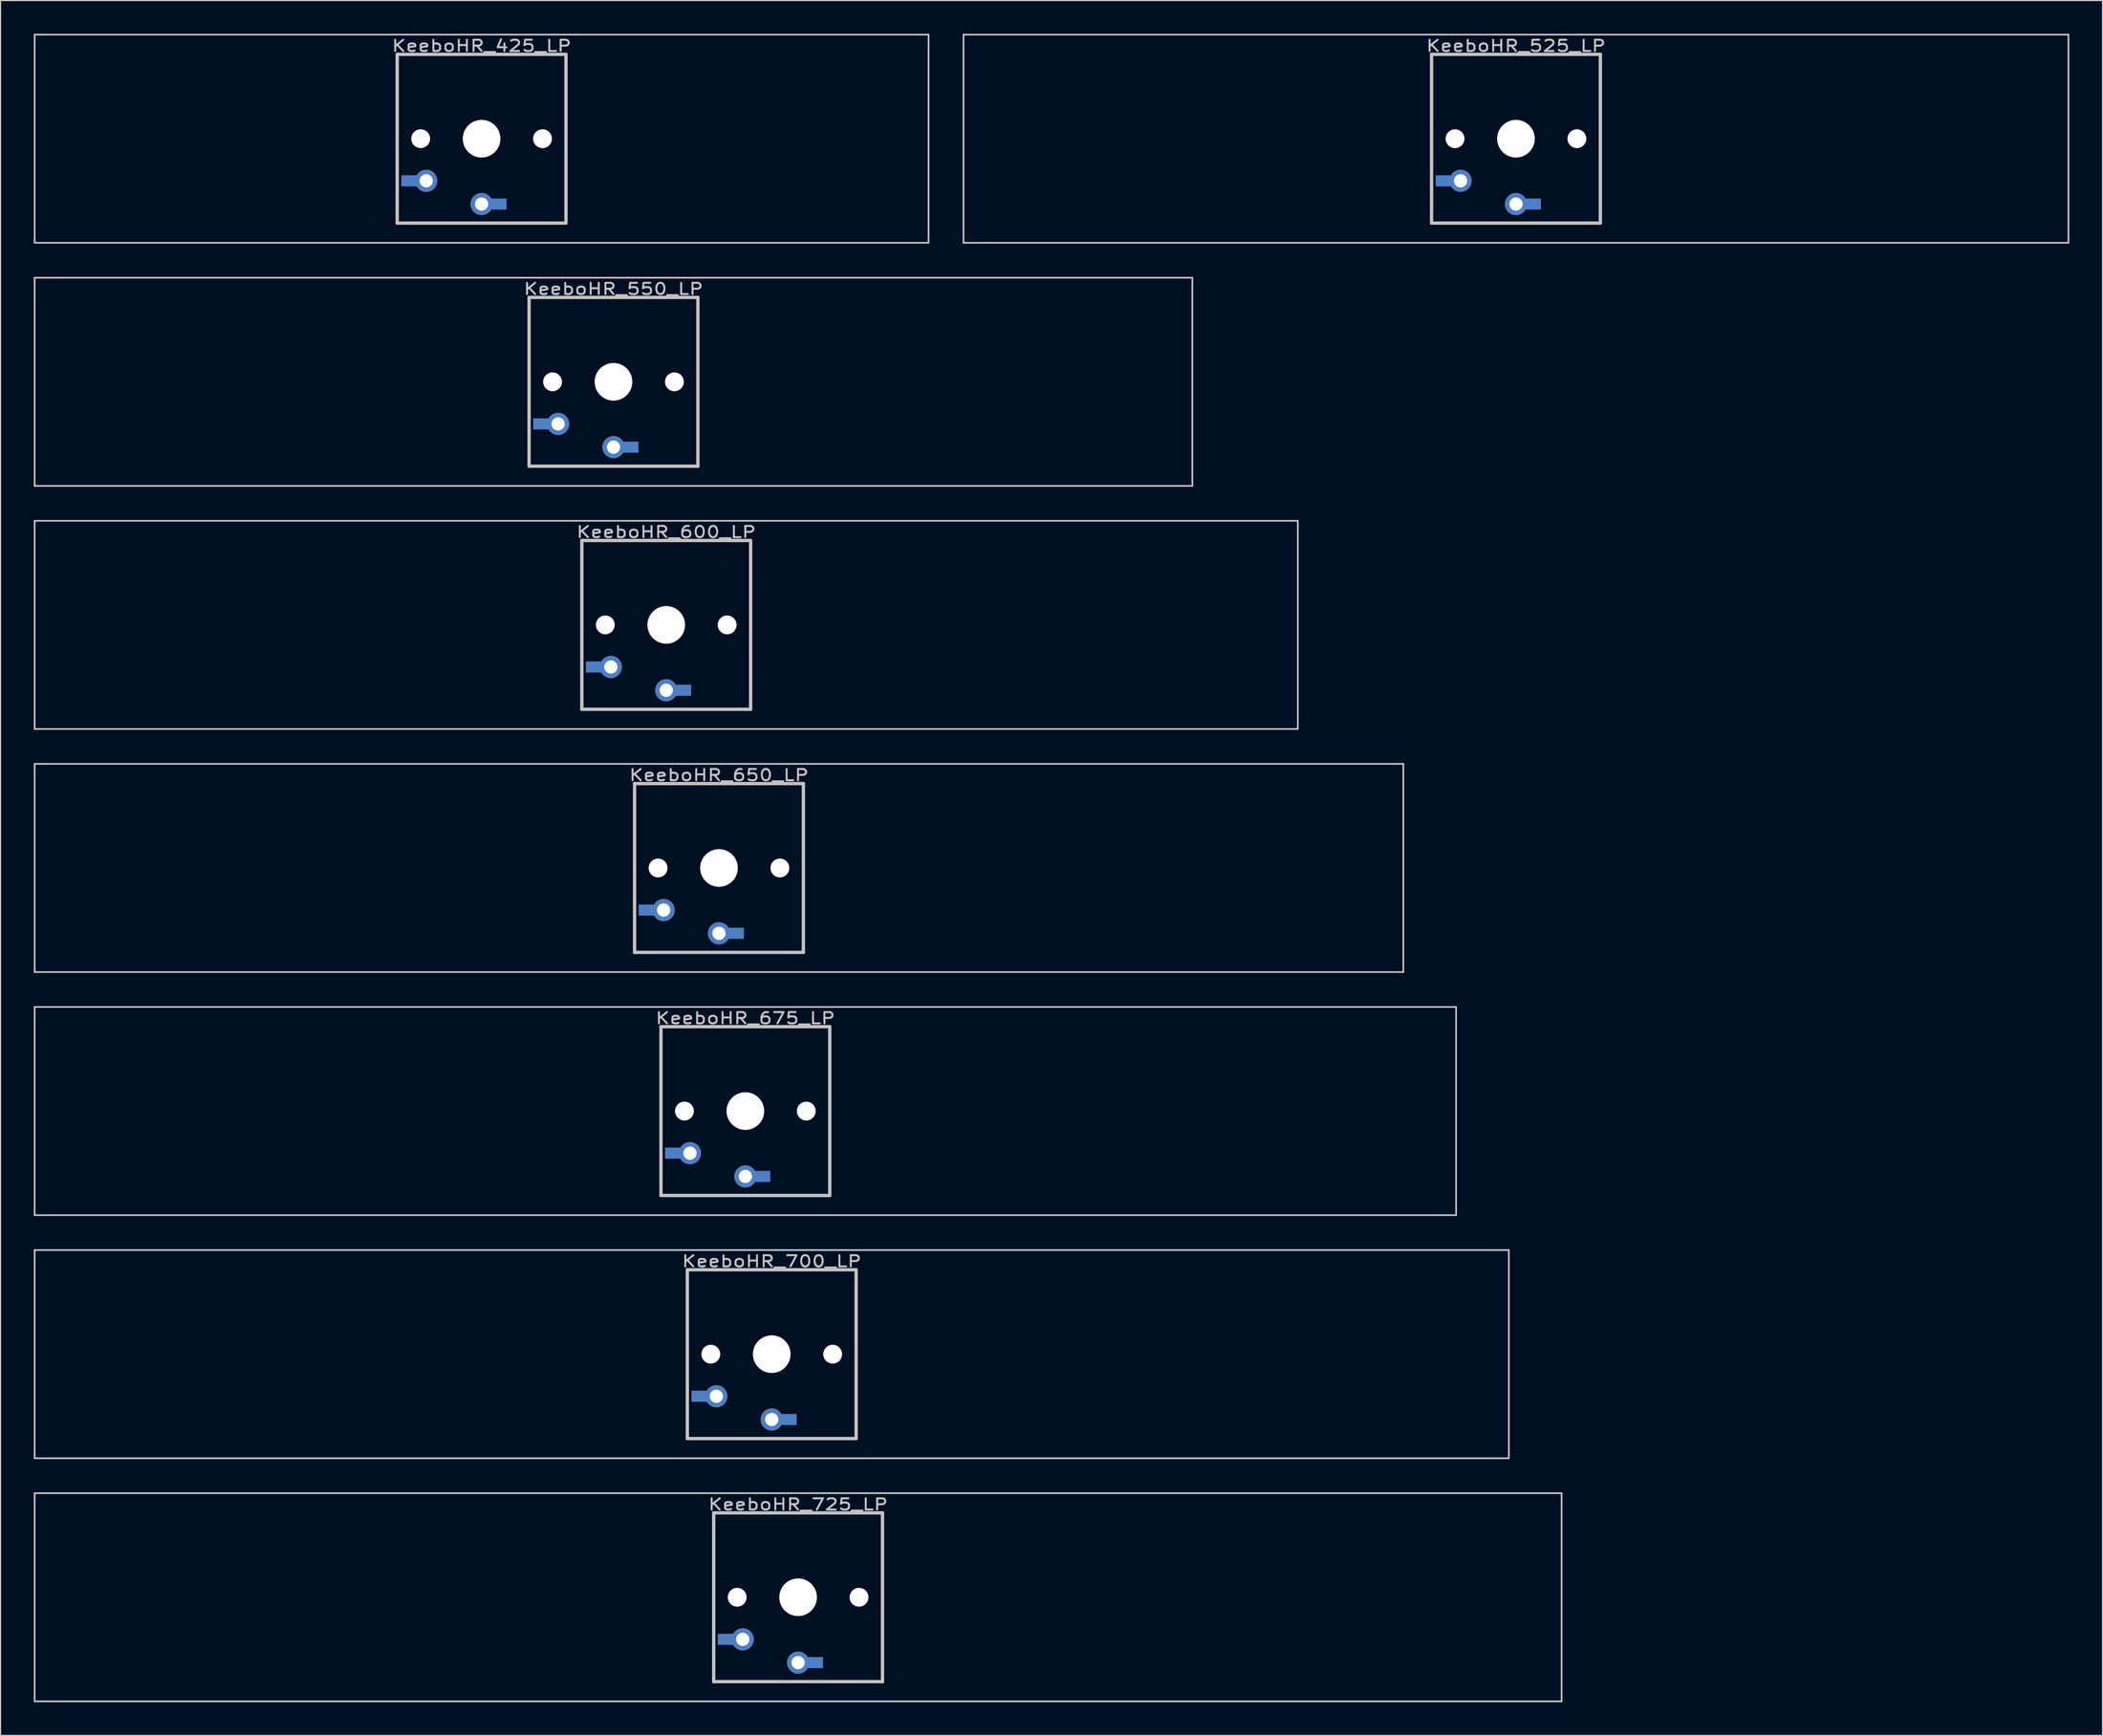
<source format=kicad_pcb>
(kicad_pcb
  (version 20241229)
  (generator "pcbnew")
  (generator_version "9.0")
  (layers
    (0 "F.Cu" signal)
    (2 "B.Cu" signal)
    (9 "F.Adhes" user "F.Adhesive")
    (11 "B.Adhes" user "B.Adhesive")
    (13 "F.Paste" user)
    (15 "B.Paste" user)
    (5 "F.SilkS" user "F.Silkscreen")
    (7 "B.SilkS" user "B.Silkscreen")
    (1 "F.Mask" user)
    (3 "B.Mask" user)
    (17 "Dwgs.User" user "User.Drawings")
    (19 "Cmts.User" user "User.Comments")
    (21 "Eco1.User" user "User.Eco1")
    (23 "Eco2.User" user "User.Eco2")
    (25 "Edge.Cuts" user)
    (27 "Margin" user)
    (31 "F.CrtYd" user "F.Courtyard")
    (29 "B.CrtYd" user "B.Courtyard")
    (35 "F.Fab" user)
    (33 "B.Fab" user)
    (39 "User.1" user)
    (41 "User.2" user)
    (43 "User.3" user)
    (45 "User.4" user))
  (footprint "KeeboHR_700_LP"
    (layer "B.Cu")
    (at 66.624 119.216)
    (property "Reference" "KeeboHR_700_LP" (at 0 -8.382 0) (layer "Dwgs.User") (effects (font (size 1.016 1.27) (thickness 0.178))))
    (attr through_hole)
    (fp_line (start -66.548 -9.398) (end 66.548 -9.398) (stroke (width 0.152) (type solid)) (layer "Dwgs.User"))
    (fp_line (start -66.548 9.398) (end -66.548 -9.398) (stroke (width 0.152) (type solid)) (layer "Dwgs.User"))
    (fp_line (start -7.62 -7.62) (end 7.62 -7.62) (stroke (width 0.3) (type solid)) (layer "Dwgs.User"))
    (fp_line (start -7.62 7.62) (end -7.62 -7.62) (stroke (width 0.3) (type solid)) (layer "Dwgs.User"))
    (fp_line (start 7.62 -7.62) (end 7.62 7.62) (stroke (width 0.3) (type solid)) (layer "Dwgs.User"))
    (fp_line (start 7.62 7.62) (end -7.62 7.62) (stroke (width 0.3) (type solid)) (layer "Dwgs.User"))
    (fp_line (start 66.548 -9.398) (end 66.548 9.398) (stroke (width 0.152) (type solid)) (layer "Dwgs.User"))
    (fp_line (start 66.548 9.398) (end -66.548 9.398) (stroke (width 0.152) (type solid)) (layer "Dwgs.User"))
    (pad "" np_thru_hole circle (at -5.5 0) (size 1.7 1.7) (drill 1.7) (layers "*.Cu" "*.Mask"))
    (pad "" np_thru_hole circle (at 0 0) (size 3.4 3.4) (drill 3.4) (layers "*.Cu" "*.Mask"))
    (pad "" np_thru_hole circle (at 5.5 0) (size 1.7 1.7) (drill 1.7) (layers "*.Cu" "*.Mask"))
    (pad "1" thru_hole circle (at 0 5.9) (size 2 2) (drill 1.2) (layers "*.Cu" "*.Mask"))
    (pad "1" smd rect (at 1.25 5.9) (size 2 1) (layers "B.Cu" "B.Mask"))
    (pad "2" smd rect (at -6.25 3.8) (size 2 1) (layers "B.Cu" "B.Mask"))
    (pad "2" thru_hole circle (at -5 3.8) (size 2 2) (drill 1.2) (layers "*.Cu" "*.Mask")))
  (footprint "KeeboHR_425_LP"
    (layer "B.Cu")
    (at 40.43 9.474)
    (property "Reference" "KeeboHR_425_LP" (at 0 -8.382 0) (layer "Dwgs.User") (effects (font (size 1.016 1.27) (thickness 0.178))))
    (attr through_hole)
    (fp_line (start -40.354 -9.398) (end 40.354 -9.398) (stroke (width 0.152) (type solid)) (layer "Dwgs.User"))
    (fp_line (start -40.354 9.398) (end -40.354 -9.398) (stroke (width 0.152) (type solid)) (layer "Dwgs.User"))
    (fp_line (start -7.62 -7.62) (end 7.62 -7.62) (stroke (width 0.3) (type solid)) (layer "Dwgs.User"))
    (fp_line (start -7.62 7.62) (end -7.62 -7.62) (stroke (width 0.3) (type solid)) (layer "Dwgs.User"))
    (fp_line (start 7.62 -7.62) (end 7.62 7.62) (stroke (width 0.3) (type solid)) (layer "Dwgs.User"))
    (fp_line (start 7.62 7.62) (end -7.62 7.62) (stroke (width 0.3) (type solid)) (layer "Dwgs.User"))
    (fp_line (start 40.354 -9.398) (end 40.354 9.398) (stroke (width 0.152) (type solid)) (layer "Dwgs.User"))
    (fp_line (start 40.354 9.398) (end -40.354 9.398) (stroke (width 0.152) (type solid)) (layer "Dwgs.User"))
    (pad "" np_thru_hole circle (at -5.5 0) (size 1.7 1.7) (drill 1.7) (layers "*.Cu" "*.Mask"))
    (pad "" np_thru_hole circle (at 0 0) (size 3.4 3.4) (drill 3.4) (layers "*.Cu" "*.Mask"))
    (pad "" np_thru_hole circle (at 5.5 0) (size 1.7 1.7) (drill 1.7) (layers "*.Cu" "*.Mask"))
    (pad "1" thru_hole circle (at 0 5.9) (size 2 2) (drill 1.2) (layers "*.Cu" "*.Mask"))
    (pad "1" smd rect (at 1.25 5.9) (size 2 1) (layers "B.Cu" "B.Mask"))
    (pad "2" smd rect (at -6.25 3.8) (size 2 1) (layers "B.Cu" "B.Mask"))
    (pad "2" thru_hole circle (at -5 3.8) (size 2 2) (drill 1.2) (layers "*.Cu" "*.Mask")))
  (footprint "KeeboHR_550_LP"
    (layer "B.Cu")
    (at 52.337 31.423)
    (property "Reference" "KeeboHR_550_LP" (at 0 -8.382 0) (layer "Dwgs.User") (effects (font (size 1.016 1.27) (thickness 0.178))))
    (attr through_hole)
    (fp_line (start -52.261 -9.398) (end 52.261 -9.398) (stroke (width 0.152) (type solid)) (layer "Dwgs.User"))
    (fp_line (start -52.261 9.398) (end -52.261 -9.398) (stroke (width 0.152) (type solid)) (layer "Dwgs.User"))
    (fp_line (start -7.62 -7.62) (end 7.62 -7.62) (stroke (width 0.3) (type solid)) (layer "Dwgs.User"))
    (fp_line (start -7.62 7.62) (end -7.62 -7.62) (stroke (width 0.3) (type solid)) (layer "Dwgs.User"))
    (fp_line (start 7.62 -7.62) (end 7.62 7.62) (stroke (width 0.3) (type solid)) (layer "Dwgs.User"))
    (fp_line (start 7.62 7.62) (end -7.62 7.62) (stroke (width 0.3) (type solid)) (layer "Dwgs.User"))
    (fp_line (start 52.261 -9.398) (end 52.261 9.398) (stroke (width 0.152) (type solid)) (layer "Dwgs.User"))
    (fp_line (start 52.261 9.398) (end -52.261 9.398) (stroke (width 0.152) (type solid)) (layer "Dwgs.User"))
    (pad "" np_thru_hole circle (at -5.5 0) (size 1.7 1.7) (drill 1.7) (layers "*.Cu" "*.Mask"))
    (pad "" np_thru_hole circle (at 0 0) (size 3.4 3.4) (drill 3.4) (layers "*.Cu" "*.Mask"))
    (pad "" np_thru_hole circle (at 5.5 0) (size 1.7 1.7) (drill 1.7) (layers "*.Cu" "*.Mask"))
    (pad "1" thru_hole circle (at 0 5.9) (size 2 2) (drill 1.2) (layers "*.Cu" "*.Mask"))
    (pad "1" smd rect (at 1.25 5.9) (size 2 1) (layers "B.Cu" "B.Mask"))
    (pad "2" smd rect (at -6.25 3.8) (size 2 1) (layers "B.Cu" "B.Mask"))
    (pad "2" thru_hole circle (at -5 3.8) (size 2 2) (drill 1.2) (layers "*.Cu" "*.Mask")))
  (footprint "KeeboHR_725_LP"
    (layer "B.Cu")
    (at 69.005 141.165)
    (property "Reference" "KeeboHR_725_LP" (at 0 -8.382 0) (layer "Dwgs.User") (effects (font (size 1.016 1.27) (thickness 0.178))))
    (attr through_hole)
    (fp_line (start -68.929 -9.398) (end 68.929 -9.398) (stroke (width 0.152) (type solid)) (layer "Dwgs.User"))
    (fp_line (start -68.929 9.398) (end -68.929 -9.398) (stroke (width 0.152) (type solid)) (layer "Dwgs.User"))
    (fp_line (start -7.62 -7.62) (end 7.62 -7.62) (stroke (width 0.3) (type solid)) (layer "Dwgs.User"))
    (fp_line (start -7.62 7.62) (end -7.62 -7.62) (stroke (width 0.3) (type solid)) (layer "Dwgs.User"))
    (fp_line (start 7.62 -7.62) (end 7.62 7.62) (stroke (width 0.3) (type solid)) (layer "Dwgs.User"))
    (fp_line (start 7.62 7.62) (end -7.62 7.62) (stroke (width 0.3) (type solid)) (layer "Dwgs.User"))
    (fp_line (start 68.929 -9.398) (end 68.929 9.398) (stroke (width 0.152) (type solid)) (layer "Dwgs.User"))
    (fp_line (start 68.929 9.398) (end -68.929 9.398) (stroke (width 0.152) (type solid)) (layer "Dwgs.User"))
    (pad "" np_thru_hole circle (at -5.5 0) (size 1.7 1.7) (drill 1.7) (layers "*.Cu" "*.Mask"))
    (pad "" np_thru_hole circle (at 0 0) (size 3.4 3.4) (drill 3.4) (layers "*.Cu" "*.Mask"))
    (pad "" np_thru_hole circle (at 5.5 0) (size 1.7 1.7) (drill 1.7) (layers "*.Cu" "*.Mask"))
    (pad "1" thru_hole circle (at 0 5.9) (size 2 2) (drill 1.2) (layers "*.Cu" "*.Mask"))
    (pad "1" smd rect (at 1.25 5.9) (size 2 1) (layers "B.Cu" "B.Mask"))
    (pad "2" smd rect (at -6.25 3.8) (size 2 1) (layers "B.Cu" "B.Mask"))
    (pad "2" thru_hole circle (at -5 3.8) (size 2 2) (drill 1.2) (layers "*.Cu" "*.Mask")))
  (footprint "KeeboHR_525_LP"
    (layer "B.Cu")
    (at 133.816 9.474)
    (property "Reference" "KeeboHR_525_LP" (at 0 -8.382 0) (layer "Dwgs.User") (effects (font (size 1.016 1.27) (thickness 0.178))))
    (attr through_hole)
    (fp_line (start -49.879 -9.398) (end 49.879 -9.398) (stroke (width 0.152) (type solid)) (layer "Dwgs.User"))
    (fp_line (start -49.879 9.398) (end -49.879 -9.398) (stroke (width 0.152) (type solid)) (layer "Dwgs.User"))
    (fp_line (start -7.62 -7.62) (end 7.62 -7.62) (stroke (width 0.3) (type solid)) (layer "Dwgs.User"))
    (fp_line (start -7.62 7.62) (end -7.62 -7.62) (stroke (width 0.3) (type solid)) (layer "Dwgs.User"))
    (fp_line (start 7.62 -7.62) (end 7.62 7.62) (stroke (width 0.3) (type solid)) (layer "Dwgs.User"))
    (fp_line (start 7.62 7.62) (end -7.62 7.62) (stroke (width 0.3) (type solid)) (layer "Dwgs.User"))
    (fp_line (start 49.879 -9.398) (end 49.879 9.398) (stroke (width 0.152) (type solid)) (layer "Dwgs.User"))
    (fp_line (start 49.879 9.398) (end -49.879 9.398) (stroke (width 0.152) (type solid)) (layer "Dwgs.User"))
    (pad "" np_thru_hole circle (at -5.5 0) (size 1.7 1.7) (drill 1.7) (layers "*.Cu" "*.Mask"))
    (pad "" np_thru_hole circle (at 0 0) (size 3.4 3.4) (drill 3.4) (layers "*.Cu" "*.Mask"))
    (pad "" np_thru_hole circle (at 5.5 0) (size 1.7 1.7) (drill 1.7) (layers "*.Cu" "*.Mask"))
    (pad "1" thru_hole circle (at 0 5.9) (size 2 2) (drill 1.2) (layers "*.Cu" "*.Mask"))
    (pad "1" smd rect (at 1.25 5.9) (size 2 1) (layers "B.Cu" "B.Mask"))
    (pad "2" smd rect (at -6.25 3.8) (size 2 1) (layers "B.Cu" "B.Mask"))
    (pad "2" thru_hole circle (at -5 3.8) (size 2 2) (drill 1.2) (layers "*.Cu" "*.Mask")))
  (footprint "KeeboHR_650_LP"
    (layer "B.Cu")
    (at 61.862 75.319)
    (property "Reference" "KeeboHR_650_LP" (at 0 -8.382 0) (layer "Dwgs.User") (effects (font (size 1.016 1.27) (thickness 0.178))))
    (attr through_hole)
    (fp_line (start -61.785 -9.398) (end 61.785 -9.398) (stroke (width 0.152) (type solid)) (layer "Dwgs.User"))
    (fp_line (start -61.785 9.398) (end -61.785 -9.398) (stroke (width 0.152) (type solid)) (layer "Dwgs.User"))
    (fp_line (start -7.62 -7.62) (end 7.62 -7.62) (stroke (width 0.3) (type solid)) (layer "Dwgs.User"))
    (fp_line (start -7.62 7.62) (end -7.62 -7.62) (stroke (width 0.3) (type solid)) (layer "Dwgs.User"))
    (fp_line (start 7.62 -7.62) (end 7.62 7.62) (stroke (width 0.3) (type solid)) (layer "Dwgs.User"))
    (fp_line (start 7.62 7.62) (end -7.62 7.62) (stroke (width 0.3) (type solid)) (layer "Dwgs.User"))
    (fp_line (start 61.785 -9.398) (end 61.785 9.398) (stroke (width 0.152) (type solid)) (layer "Dwgs.User"))
    (fp_line (start 61.785 9.398) (end -61.785 9.398) (stroke (width 0.152) (type solid)) (layer "Dwgs.User"))
    (pad "" np_thru_hole circle (at -5.5 0) (size 1.7 1.7) (drill 1.7) (layers "*.Cu" "*.Mask"))
    (pad "" np_thru_hole circle (at 0 0) (size 3.4 3.4) (drill 3.4) (layers "*.Cu" "*.Mask"))
    (pad "" np_thru_hole circle (at 5.5 0) (size 1.7 1.7) (drill 1.7) (layers "*.Cu" "*.Mask"))
    (pad "1" thru_hole circle (at 0 5.9) (size 2 2) (drill 1.2) (layers "*.Cu" "*.Mask"))
    (pad "1" smd rect (at 1.25 5.9) (size 2 1) (layers "B.Cu" "B.Mask"))
    (pad "2" smd rect (at -6.25 3.8) (size 2 1) (layers "B.Cu" "B.Mask"))
    (pad "2" thru_hole circle (at -5 3.8) (size 2 2) (drill 1.2) (layers "*.Cu" "*.Mask")))
  (footprint "KeeboHR_600_LP"
    (layer "B.Cu")
    (at 57.099 53.371)
    (property "Reference" "KeeboHR_600_LP" (at 0 -8.382 0) (layer "Dwgs.User") (effects (font (size 1.016 1.27) (thickness 0.178))))
    (attr through_hole)
    (fp_line (start -57.023 -9.398) (end 57.023 -9.398) (stroke (width 0.152) (type solid)) (layer "Dwgs.User"))
    (fp_line (start -57.023 9.398) (end -57.023 -9.398) (stroke (width 0.152) (type solid)) (layer "Dwgs.User"))
    (fp_line (start -7.62 -7.62) (end 7.62 -7.62) (stroke (width 0.3) (type solid)) (layer "Dwgs.User"))
    (fp_line (start -7.62 7.62) (end -7.62 -7.62) (stroke (width 0.3) (type solid)) (layer "Dwgs.User"))
    (fp_line (start 7.62 -7.62) (end 7.62 7.62) (stroke (width 0.3) (type solid)) (layer "Dwgs.User"))
    (fp_line (start 7.62 7.62) (end -7.62 7.62) (stroke (width 0.3) (type solid)) (layer "Dwgs.User"))
    (fp_line (start 57.023 -9.398) (end 57.023 9.398) (stroke (width 0.152) (type solid)) (layer "Dwgs.User"))
    (fp_line (start 57.023 9.398) (end -57.023 9.398) (stroke (width 0.152) (type solid)) (layer "Dwgs.User"))
    (pad "" np_thru_hole circle (at -5.5 0) (size 1.7 1.7) (drill 1.7) (layers "*.Cu" "*.Mask"))
    (pad "" np_thru_hole circle (at 0 0) (size 3.4 3.4) (drill 3.4) (layers "*.Cu" "*.Mask"))
    (pad "" np_thru_hole circle (at 5.5 0) (size 1.7 1.7) (drill 1.7) (layers "*.Cu" "*.Mask"))
    (pad "1" thru_hole circle (at 0 5.9) (size 2 2) (drill 1.2) (layers "*.Cu" "*.Mask"))
    (pad "1" smd rect (at 1.25 5.9) (size 2 1) (layers "B.Cu" "B.Mask"))
    (pad "2" smd rect (at -6.25 3.8) (size 2 1) (layers "B.Cu" "B.Mask"))
    (pad "2" thru_hole circle (at -5 3.8) (size 2 2) (drill 1.2) (layers "*.Cu" "*.Mask")))
  (footprint "KeeboHR_675_LP"
    (layer "B.Cu")
    (at 64.243 97.268)
    (property "Reference" "KeeboHR_675_LP" (at 0 -8.382 0) (layer "Dwgs.User") (effects (font (size 1.016 1.27) (thickness 0.178))))
    (attr through_hole)
    (fp_line (start -64.167 -9.398) (end 64.167 -9.398) (stroke (width 0.152) (type solid)) (layer "Dwgs.User"))
    (fp_line (start -64.167 9.398) (end -64.167 -9.398) (stroke (width 0.152) (type solid)) (layer "Dwgs.User"))
    (fp_line (start -7.62 -7.62) (end 7.62 -7.62) (stroke (width 0.3) (type solid)) (layer "Dwgs.User"))
    (fp_line (start -7.62 7.62) (end -7.62 -7.62) (stroke (width 0.3) (type solid)) (layer "Dwgs.User"))
    (fp_line (start 7.62 -7.62) (end 7.62 7.62) (stroke (width 0.3) (type solid)) (layer "Dwgs.User"))
    (fp_line (start 7.62 7.62) (end -7.62 7.62) (stroke (width 0.3) (type solid)) (layer "Dwgs.User"))
    (fp_line (start 64.167 -9.398) (end 64.167 9.398) (stroke (width 0.152) (type solid)) (layer "Dwgs.User"))
    (fp_line (start 64.167 9.398) (end -64.167 9.398) (stroke (width 0.152) (type solid)) (layer "Dwgs.User"))
    (pad "" np_thru_hole circle (at -5.5 0) (size 1.7 1.7) (drill 1.7) (layers "*.Cu" "*.Mask"))
    (pad "" np_thru_hole circle (at 0 0) (size 3.4 3.4) (drill 3.4) (layers "*.Cu" "*.Mask"))
    (pad "" np_thru_hole circle (at 5.5 0) (size 1.7 1.7) (drill 1.7) (layers "*.Cu" "*.Mask"))
    (pad "1" thru_hole circle (at 0 5.9) (size 2 2) (drill 1.2) (layers "*.Cu" "*.Mask"))
    (pad "1" smd rect (at 1.25 5.9) (size 2 1) (layers "B.Cu" "B.Mask"))
    (pad "2" smd rect (at -6.25 3.8) (size 2 1) (layers "B.Cu" "B.Mask"))
    (pad "2" thru_hole circle (at -5 3.8) (size 2 2) (drill 1.2) (layers "*.Cu" "*.Mask")))
  (gr_rect
    (start -3 -3)
    (end 186.772 153.639)
    (stroke (width 0.1) (type default))
    (fill no)
    (layer "Edge.Cuts")))
</source>
